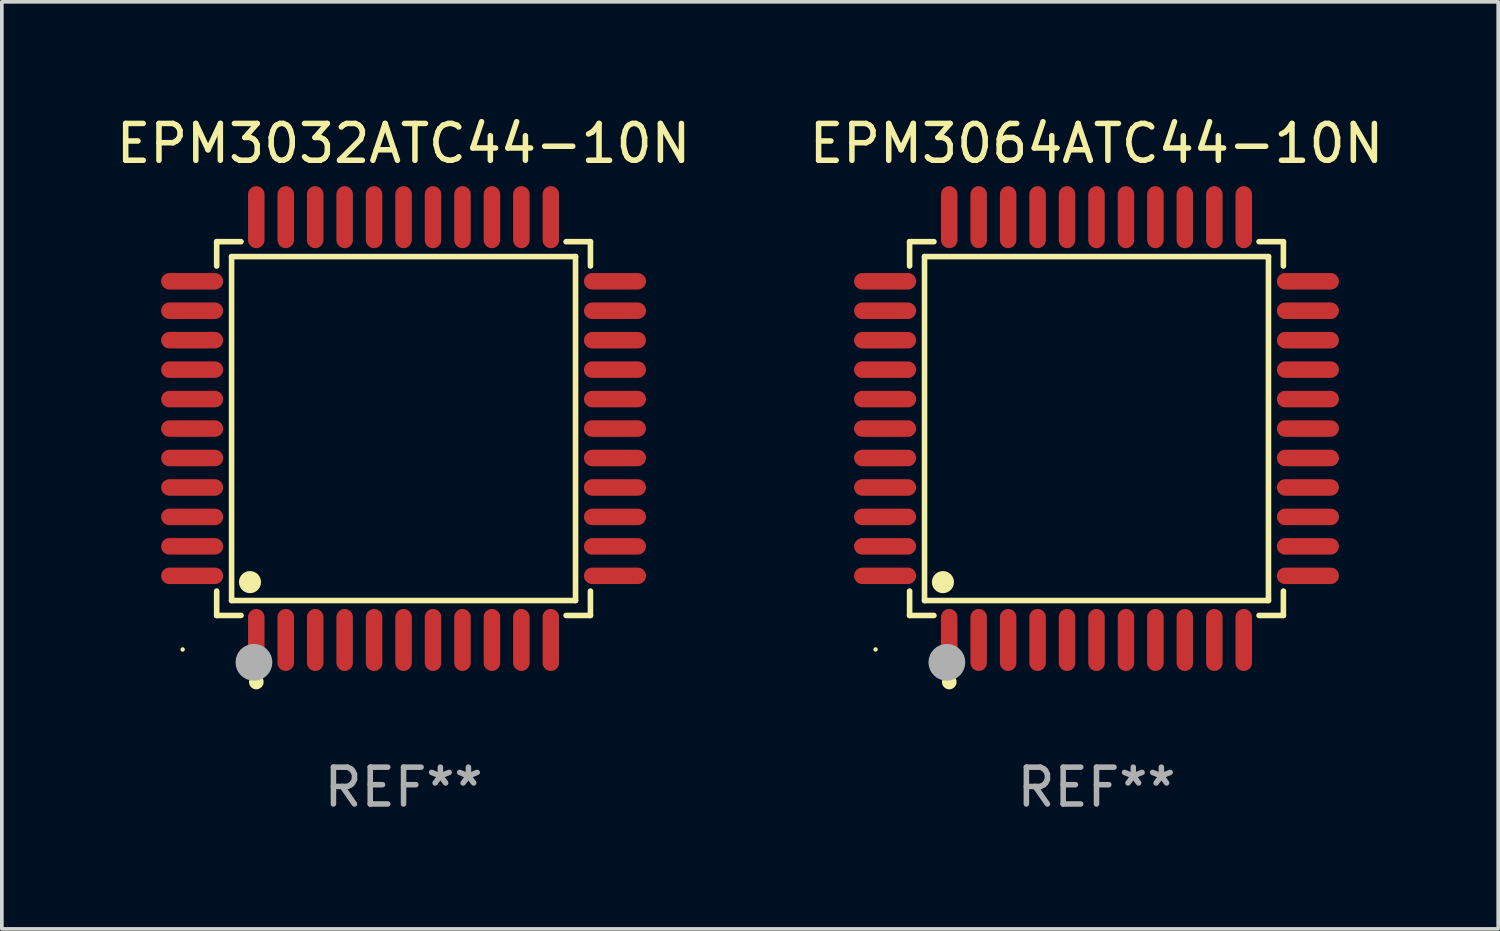
<source format=kicad_pcb>
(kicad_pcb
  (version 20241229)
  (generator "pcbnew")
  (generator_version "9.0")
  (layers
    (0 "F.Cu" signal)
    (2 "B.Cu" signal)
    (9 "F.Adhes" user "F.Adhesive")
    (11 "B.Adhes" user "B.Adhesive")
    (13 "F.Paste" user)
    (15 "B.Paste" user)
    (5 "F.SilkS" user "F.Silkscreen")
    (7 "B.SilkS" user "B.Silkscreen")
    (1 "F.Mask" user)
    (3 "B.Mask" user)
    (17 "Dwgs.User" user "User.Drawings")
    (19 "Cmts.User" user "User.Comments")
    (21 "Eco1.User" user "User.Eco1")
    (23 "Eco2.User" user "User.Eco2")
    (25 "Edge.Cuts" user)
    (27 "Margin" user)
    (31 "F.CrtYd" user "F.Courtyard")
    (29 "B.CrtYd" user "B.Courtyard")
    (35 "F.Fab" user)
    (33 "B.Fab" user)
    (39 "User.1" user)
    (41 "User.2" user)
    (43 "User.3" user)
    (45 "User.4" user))
  (footprint "EPM3064ATC44-10N"
    (layer "F.Cu")
    (at 26.732 8.59)
    (property "Reference" "EPM3064ATC44-10N" (at 0 -7.742 0) (layer "F.SilkS") (effects (font (size 1 1) (thickness 0.15))))
    (attr through_hole)
    (fp_line (start -5.076 -5.076) (end -4.415 -5.076) (stroke (width 0.152) (type solid)) (layer "F.SilkS"))
    (fp_line (start -5.076 -4.415) (end -5.076 -5.076) (stroke (width 0.152) (type solid)) (layer "F.SilkS"))
    (fp_line (start -5.076 4.415) (end -5.076 5.076) (stroke (width 0.152) (type solid)) (layer "F.SilkS"))
    (fp_line (start -5.076 5.076) (end -4.415 5.076) (stroke (width 0.152) (type solid)) (layer "F.SilkS"))
    (fp_line (start -4.671 -4.671) (end 4.671 -4.671) (stroke (width 0.152) (type solid)) (layer "F.SilkS"))
    (fp_line (start -4.671 4.671) (end -4.671 -4.671) (stroke (width 0.152) (type solid)) (layer "F.SilkS"))
    (fp_line (start 4.671 -4.671) (end 4.671 4.671) (stroke (width 0.152) (type solid)) (layer "F.SilkS"))
    (fp_line (start 4.671 4.671) (end -4.671 4.671) (stroke (width 0.152) (type solid)) (layer "F.SilkS"))
    (fp_line (start 5.076 -5.076) (end 4.415 -5.076) (stroke (width 0.152) (type solid)) (layer "F.SilkS"))
    (fp_line (start 5.076 -4.415) (end 5.076 -5.076) (stroke (width 0.152) (type solid)) (layer "F.SilkS"))
    (fp_line (start 5.076 4.415) (end 5.076 5.076) (stroke (width 0.152) (type solid)) (layer "F.SilkS"))
    (fp_line (start 5.076 5.076) (end 4.415 5.076) (stroke (width 0.152) (type solid)) (layer "F.SilkS"))
    (fp_circle (center -6 6) (end -5.97 6) (stroke (width 0.06) (type solid)) (fill no) (layer "F.SilkS"))
    (fp_circle (center -4.171 4.171) (end -4.021 4.171) (stroke (width 0.3) (type solid)) (fill no) (layer "F.SilkS"))
    (fp_circle (center -4 6.884) (end -3.9 6.884) (stroke (width 0.2) (type solid)) (fill no) (layer "F.SilkS"))
    (fp_circle (center -4.064 6.35) (end -3.814 6.35) (stroke (width 0.5) (type solid)) (fill no) (layer "F.Fab"))
    (fp_text user "REF**" (at 0 9.742 0) (layer "F.Fab") (effects (font (size 1 1) (thickness 0.15))))
    (pad "1" smd oval (at -4 5.742) (size 0.448 1.684) (layers "F.Cu" "F.Mask" "F.Paste"))
    (pad "2" smd oval (at -3.2 5.742) (size 0.448 1.684) (layers "F.Cu" "F.Mask" "F.Paste"))
    (pad "3" smd oval (at -2.4 5.742) (size 0.448 1.684) (layers "F.Cu" "F.Mask" "F.Paste"))
    (pad "4" smd oval (at -1.6 5.742) (size 0.448 1.684) (layers "F.Cu" "F.Mask" "F.Paste"))
    (pad "5" smd oval (at -0.8 5.742) (size 0.448 1.684) (layers "F.Cu" "F.Mask" "F.Paste"))
    (pad "6" smd oval (at 0 5.742) (size 0.448 1.684) (layers "F.Cu" "F.Mask" "F.Paste"))
    (pad "7" smd oval (at 0.8 5.742) (size 0.448 1.684) (layers "F.Cu" "F.Mask" "F.Paste"))
    (pad "8" smd oval (at 1.6 5.742) (size 0.448 1.684) (layers "F.Cu" "F.Mask" "F.Paste"))
    (pad "9" smd oval (at 2.4 5.742) (size 0.448 1.684) (layers "F.Cu" "F.Mask" "F.Paste"))
    (pad "10" smd oval (at 3.2 5.742) (size 0.448 1.684) (layers "F.Cu" "F.Mask" "F.Paste"))
    (pad "11" smd oval (at 4 5.742) (size 0.448 1.684) (layers "F.Cu" "F.Mask" "F.Paste"))
    (pad "12" smd oval (at 5.742 4) (size 1.684 0.448) (layers "F.Cu" "F.Mask" "F.Paste"))
    (pad "13" smd oval (at 5.742 3.2) (size 1.684 0.448) (layers "F.Cu" "F.Mask" "F.Paste"))
    (pad "14" smd oval (at 5.742 2.4) (size 1.684 0.448) (layers "F.Cu" "F.Mask" "F.Paste"))
    (pad "15" smd oval (at 5.742 1.6) (size 1.684 0.448) (layers "F.Cu" "F.Mask" "F.Paste"))
    (pad "16" smd oval (at 5.742 0.8) (size 1.684 0.448) (layers "F.Cu" "F.Mask" "F.Paste"))
    (pad "17" smd oval (at 5.742 0) (size 1.684 0.448) (layers "F.Cu" "F.Mask" "F.Paste"))
    (pad "18" smd oval (at 5.742 -0.8) (size 1.684 0.448) (layers "F.Cu" "F.Mask" "F.Paste"))
    (pad "19" smd oval (at 5.742 -1.6) (size 1.684 0.448) (layers "F.Cu" "F.Mask" "F.Paste"))
    (pad "20" smd oval (at 5.742 -2.4) (size 1.684 0.448) (layers "F.Cu" "F.Mask" "F.Paste"))
    (pad "21" smd oval (at 5.742 -3.2) (size 1.684 0.448) (layers "F.Cu" "F.Mask" "F.Paste"))
    (pad "22" smd oval (at 5.742 -4) (size 1.684 0.448) (layers "F.Cu" "F.Mask" "F.Paste"))
    (pad "23" smd oval (at 4 -5.742) (size 0.448 1.684) (layers "F.Cu" "F.Mask" "F.Paste"))
    (pad "24" smd oval (at 3.2 -5.742) (size 0.448 1.684) (layers "F.Cu" "F.Mask" "F.Paste"))
    (pad "25" smd oval (at 2.4 -5.742) (size 0.448 1.684) (layers "F.Cu" "F.Mask" "F.Paste"))
    (pad "26" smd oval (at 1.6 -5.742) (size 0.448 1.684) (layers "F.Cu" "F.Mask" "F.Paste"))
    (pad "27" smd oval (at 0.8 -5.742) (size 0.448 1.684) (layers "F.Cu" "F.Mask" "F.Paste"))
    (pad "28" smd oval (at 0 -5.742) (size 0.448 1.684) (layers "F.Cu" "F.Mask" "F.Paste"))
    (pad "29" smd oval (at -0.8 -5.742) (size 0.448 1.684) (layers "F.Cu" "F.Mask" "F.Paste"))
    (pad "30" smd oval (at -1.6 -5.742) (size 0.448 1.684) (layers "F.Cu" "F.Mask" "F.Paste"))
    (pad "31" smd oval (at -2.4 -5.742) (size 0.448 1.684) (layers "F.Cu" "F.Mask" "F.Paste"))
    (pad "32" smd oval (at -3.2 -5.742) (size 0.448 1.684) (layers "F.Cu" "F.Mask" "F.Paste"))
    (pad "33" smd oval (at -4 -5.742) (size 0.448 1.684) (layers "F.Cu" "F.Mask" "F.Paste"))
    (pad "34" smd oval (at -5.742 -4) (size 1.684 0.448) (layers "F.Cu" "F.Mask" "F.Paste"))
    (pad "35" smd oval (at -5.742 -3.2) (size 1.684 0.448) (layers "F.Cu" "F.Mask" "F.Paste"))
    (pad "36" smd oval (at -5.742 -2.4) (size 1.684 0.448) (layers "F.Cu" "F.Mask" "F.Paste"))
    (pad "37" smd oval (at -5.742 -1.6) (size 1.684 0.448) (layers "F.Cu" "F.Mask" "F.Paste"))
    (pad "38" smd oval (at -5.742 -0.8) (size 1.684 0.448) (layers "F.Cu" "F.Mask" "F.Paste"))
    (pad "39" smd oval (at -5.742 0) (size 1.684 0.448) (layers "F.Cu" "F.Mask" "F.Paste"))
    (pad "40" smd oval (at -5.742 0.8) (size 1.684 0.448) (layers "F.Cu" "F.Mask" "F.Paste"))
    (pad "41" smd oval (at -5.742 1.6) (size 1.684 0.448) (layers "F.Cu" "F.Mask" "F.Paste"))
    (pad "42" smd oval (at -5.742 2.4) (size 1.684 0.448) (layers "F.Cu" "F.Mask" "F.Paste"))
    (pad "43" smd oval (at -5.742 3.2) (size 1.684 0.448) (layers "F.Cu" "F.Mask" "F.Paste"))
    (pad "44" smd oval (at -5.742 4) (size 1.684 0.448) (layers "F.Cu" "F.Mask" "F.Paste")))
  (footprint "EPM3032ATC44-10N"
    (layer "F.Cu")
    (at 7.911 8.59)
    (property "Reference" "EPM3032ATC44-10N" (at 0 -7.742 0) (layer "F.SilkS") (effects (font (size 1 1) (thickness 0.15))))
    (attr through_hole)
    (fp_line (start -5.076 -5.076) (end -4.415 -5.076) (stroke (width 0.152) (type solid)) (layer "F.SilkS"))
    (fp_line (start -5.076 -4.415) (end -5.076 -5.076) (stroke (width 0.152) (type solid)) (layer "F.SilkS"))
    (fp_line (start -5.076 4.415) (end -5.076 5.076) (stroke (width 0.152) (type solid)) (layer "F.SilkS"))
    (fp_line (start -5.076 5.076) (end -4.415 5.076) (stroke (width 0.152) (type solid)) (layer "F.SilkS"))
    (fp_line (start -4.671 -4.671) (end 4.671 -4.671) (stroke (width 0.152) (type solid)) (layer "F.SilkS"))
    (fp_line (start -4.671 4.671) (end -4.671 -4.671) (stroke (width 0.152) (type solid)) (layer "F.SilkS"))
    (fp_line (start 4.671 -4.671) (end 4.671 4.671) (stroke (width 0.152) (type solid)) (layer "F.SilkS"))
    (fp_line (start 4.671 4.671) (end -4.671 4.671) (stroke (width 0.152) (type solid)) (layer "F.SilkS"))
    (fp_line (start 5.076 -5.076) (end 4.415 -5.076) (stroke (width 0.152) (type solid)) (layer "F.SilkS"))
    (fp_line (start 5.076 -4.415) (end 5.076 -5.076) (stroke (width 0.152) (type solid)) (layer "F.SilkS"))
    (fp_line (start 5.076 4.415) (end 5.076 5.076) (stroke (width 0.152) (type solid)) (layer "F.SilkS"))
    (fp_line (start 5.076 5.076) (end 4.415 5.076) (stroke (width 0.152) (type solid)) (layer "F.SilkS"))
    (fp_circle (center -6 6) (end -5.97 6) (stroke (width 0.06) (type solid)) (fill no) (layer "F.SilkS"))
    (fp_circle (center -4.171 4.171) (end -4.021 4.171) (stroke (width 0.3) (type solid)) (fill no) (layer "F.SilkS"))
    (fp_circle (center -4 6.884) (end -3.9 6.884) (stroke (width 0.2) (type solid)) (fill no) (layer "F.SilkS"))
    (fp_circle (center -4.064 6.35) (end -3.814 6.35) (stroke (width 0.5) (type solid)) (fill no) (layer "F.Fab"))
    (fp_text user "REF**" (at 0 9.742 0) (layer "F.Fab") (effects (font (size 1 1) (thickness 0.15))))
    (pad "1" smd oval (at -4 5.742) (size 0.448 1.684) (layers "F.Cu" "F.Mask" "F.Paste"))
    (pad "2" smd oval (at -3.2 5.742) (size 0.448 1.684) (layers "F.Cu" "F.Mask" "F.Paste"))
    (pad "3" smd oval (at -2.4 5.742) (size 0.448 1.684) (layers "F.Cu" "F.Mask" "F.Paste"))
    (pad "4" smd oval (at -1.6 5.742) (size 0.448 1.684) (layers "F.Cu" "F.Mask" "F.Paste"))
    (pad "5" smd oval (at -0.8 5.742) (size 0.448 1.684) (layers "F.Cu" "F.Mask" "F.Paste"))
    (pad "6" smd oval (at 0 5.742) (size 0.448 1.684) (layers "F.Cu" "F.Mask" "F.Paste"))
    (pad "7" smd oval (at 0.8 5.742) (size 0.448 1.684) (layers "F.Cu" "F.Mask" "F.Paste"))
    (pad "8" smd oval (at 1.6 5.742) (size 0.448 1.684) (layers "F.Cu" "F.Mask" "F.Paste"))
    (pad "9" smd oval (at 2.4 5.742) (size 0.448 1.684) (layers "F.Cu" "F.Mask" "F.Paste"))
    (pad "10" smd oval (at 3.2 5.742) (size 0.448 1.684) (layers "F.Cu" "F.Mask" "F.Paste"))
    (pad "11" smd oval (at 4 5.742) (size 0.448 1.684) (layers "F.Cu" "F.Mask" "F.Paste"))
    (pad "12" smd oval (at 5.742 4) (size 1.684 0.448) (layers "F.Cu" "F.Mask" "F.Paste"))
    (pad "13" smd oval (at 5.742 3.2) (size 1.684 0.448) (layers "F.Cu" "F.Mask" "F.Paste"))
    (pad "14" smd oval (at 5.742 2.4) (size 1.684 0.448) (layers "F.Cu" "F.Mask" "F.Paste"))
    (pad "15" smd oval (at 5.742 1.6) (size 1.684 0.448) (layers "F.Cu" "F.Mask" "F.Paste"))
    (pad "16" smd oval (at 5.742 0.8) (size 1.684 0.448) (layers "F.Cu" "F.Mask" "F.Paste"))
    (pad "17" smd oval (at 5.742 0) (size 1.684 0.448) (layers "F.Cu" "F.Mask" "F.Paste"))
    (pad "18" smd oval (at 5.742 -0.8) (size 1.684 0.448) (layers "F.Cu" "F.Mask" "F.Paste"))
    (pad "19" smd oval (at 5.742 -1.6) (size 1.684 0.448) (layers "F.Cu" "F.Mask" "F.Paste"))
    (pad "20" smd oval (at 5.742 -2.4) (size 1.684 0.448) (layers "F.Cu" "F.Mask" "F.Paste"))
    (pad "21" smd oval (at 5.742 -3.2) (size 1.684 0.448) (layers "F.Cu" "F.Mask" "F.Paste"))
    (pad "22" smd oval (at 5.742 -4) (size 1.684 0.448) (layers "F.Cu" "F.Mask" "F.Paste"))
    (pad "23" smd oval (at 4 -5.742) (size 0.448 1.684) (layers "F.Cu" "F.Mask" "F.Paste"))
    (pad "24" smd oval (at 3.2 -5.742) (size 0.448 1.684) (layers "F.Cu" "F.Mask" "F.Paste"))
    (pad "25" smd oval (at 2.4 -5.742) (size 0.448 1.684) (layers "F.Cu" "F.Mask" "F.Paste"))
    (pad "26" smd oval (at 1.6 -5.742) (size 0.448 1.684) (layers "F.Cu" "F.Mask" "F.Paste"))
    (pad "27" smd oval (at 0.8 -5.742) (size 0.448 1.684) (layers "F.Cu" "F.Mask" "F.Paste"))
    (pad "28" smd oval (at 0 -5.742) (size 0.448 1.684) (layers "F.Cu" "F.Mask" "F.Paste"))
    (pad "29" smd oval (at -0.8 -5.742) (size 0.448 1.684) (layers "F.Cu" "F.Mask" "F.Paste"))
    (pad "30" smd oval (at -1.6 -5.742) (size 0.448 1.684) (layers "F.Cu" "F.Mask" "F.Paste"))
    (pad "31" smd oval (at -2.4 -5.742) (size 0.448 1.684) (layers "F.Cu" "F.Mask" "F.Paste"))
    (pad "32" smd oval (at -3.2 -5.742) (size 0.448 1.684) (layers "F.Cu" "F.Mask" "F.Paste"))
    (pad "33" smd oval (at -4 -5.742) (size 0.448 1.684) (layers "F.Cu" "F.Mask" "F.Paste"))
    (pad "34" smd oval (at -5.742 -4) (size 1.684 0.448) (layers "F.Cu" "F.Mask" "F.Paste"))
    (pad "35" smd oval (at -5.742 -3.2) (size 1.684 0.448) (layers "F.Cu" "F.Mask" "F.Paste"))
    (pad "36" smd oval (at -5.742 -2.4) (size 1.684 0.448) (layers "F.Cu" "F.Mask" "F.Paste"))
    (pad "37" smd oval (at -5.742 -1.6) (size 1.684 0.448) (layers "F.Cu" "F.Mask" "F.Paste"))
    (pad "38" smd oval (at -5.742 -0.8) (size 1.684 0.448) (layers "F.Cu" "F.Mask" "F.Paste"))
    (pad "39" smd oval (at -5.742 0) (size 1.684 0.448) (layers "F.Cu" "F.Mask" "F.Paste"))
    (pad "40" smd oval (at -5.742 0.8) (size 1.684 0.448) (layers "F.Cu" "F.Mask" "F.Paste"))
    (pad "41" smd oval (at -5.742 1.6) (size 1.684 0.448) (layers "F.Cu" "F.Mask" "F.Paste"))
    (pad "42" smd oval (at -5.742 2.4) (size 1.684 0.448) (layers "F.Cu" "F.Mask" "F.Paste"))
    (pad "43" smd oval (at -5.742 3.2) (size 1.684 0.448) (layers "F.Cu" "F.Mask" "F.Paste"))
    (pad "44" smd oval (at -5.742 4) (size 1.684 0.448) (layers "F.Cu" "F.Mask" "F.Paste")))
  (gr_rect
    (start -3 -3)
    (end 37.643 22.18)
    (stroke (width 0.1) (type default))
    (fill no)
    (layer "Edge.Cuts")))
</source>
